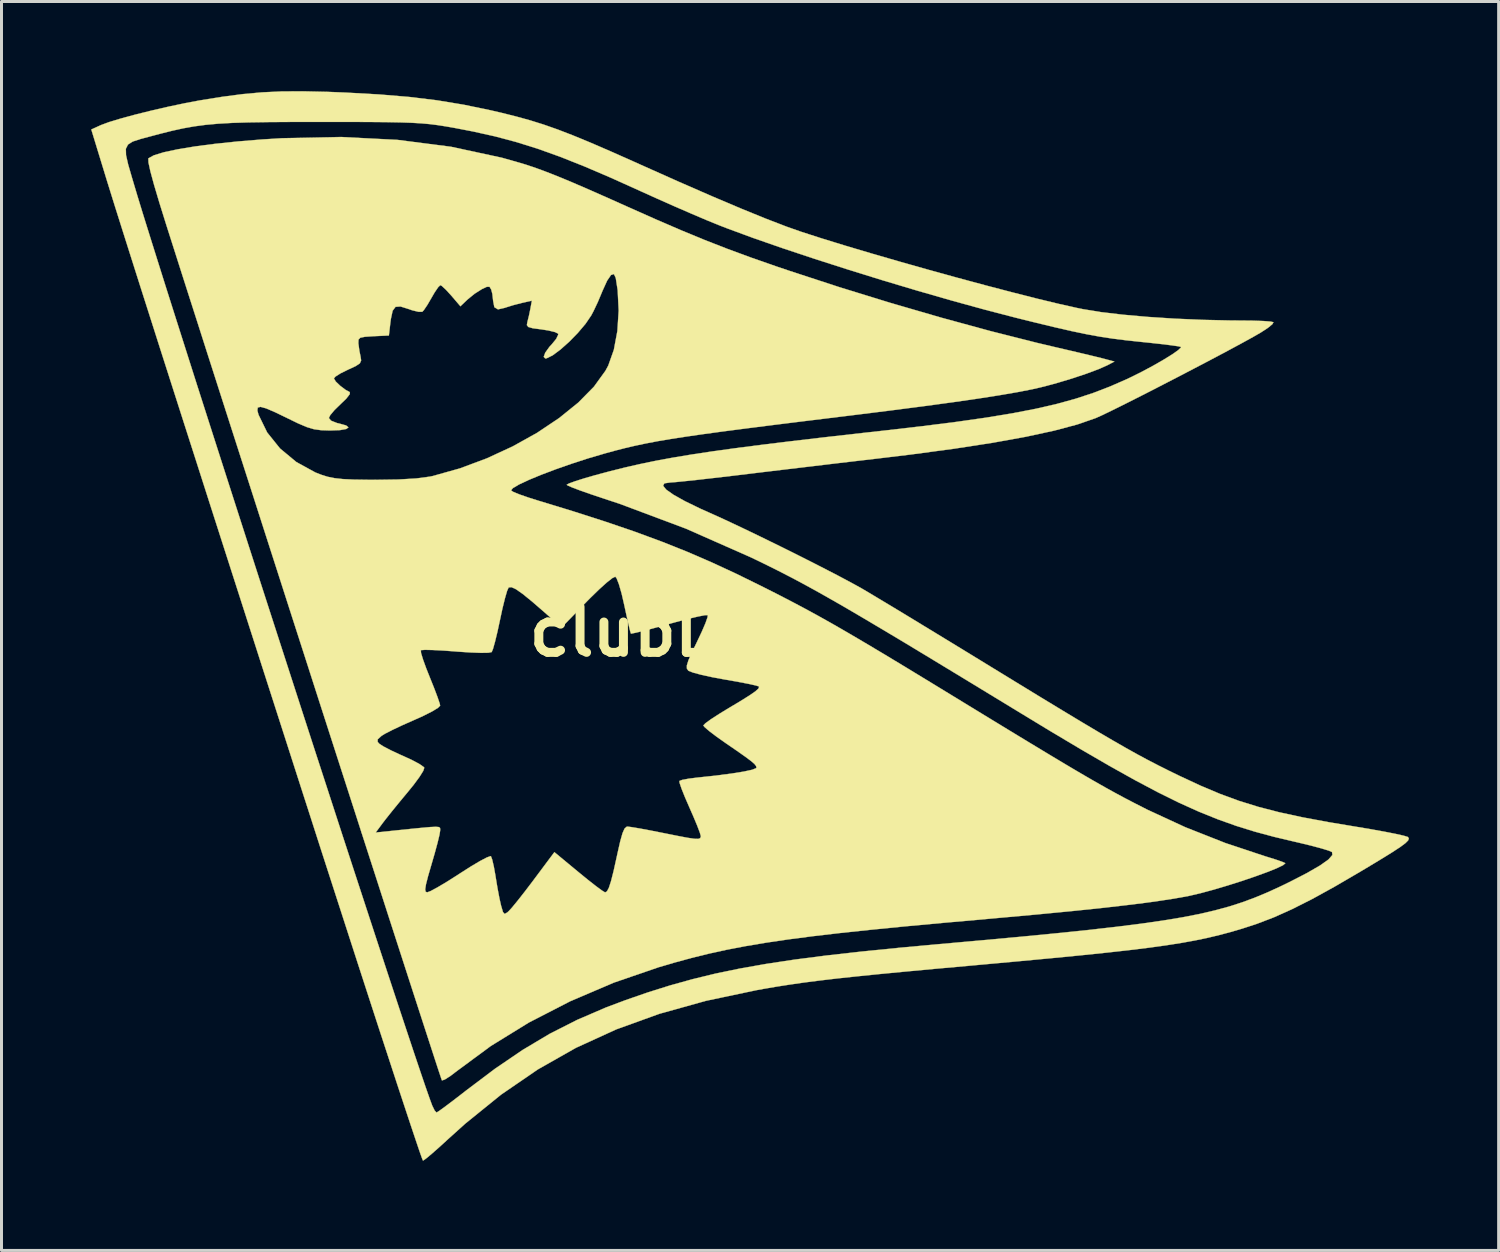
<source format=kicad_pcb>
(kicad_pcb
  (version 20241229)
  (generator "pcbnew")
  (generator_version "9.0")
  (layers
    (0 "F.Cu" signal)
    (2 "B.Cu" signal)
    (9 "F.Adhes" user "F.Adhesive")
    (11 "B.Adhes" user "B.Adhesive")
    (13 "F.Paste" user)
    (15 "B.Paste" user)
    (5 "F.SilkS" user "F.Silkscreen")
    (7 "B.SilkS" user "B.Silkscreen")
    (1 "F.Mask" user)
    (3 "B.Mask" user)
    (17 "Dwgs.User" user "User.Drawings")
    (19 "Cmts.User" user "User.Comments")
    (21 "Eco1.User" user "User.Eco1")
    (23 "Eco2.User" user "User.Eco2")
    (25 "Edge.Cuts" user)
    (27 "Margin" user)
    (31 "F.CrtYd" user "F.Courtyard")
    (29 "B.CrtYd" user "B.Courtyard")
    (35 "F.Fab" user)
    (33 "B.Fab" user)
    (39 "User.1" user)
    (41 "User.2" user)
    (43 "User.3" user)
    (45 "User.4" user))
  (footprint "clubLogo"
    (layer "F.Cu")
    (at 19.806 18.089)
    (property "Reference" "clubLogo" (at 0 0 0) (layer "F.SilkS") (effects (font (size 1.524 1.524) (thickness 0.3))))
    (attr through_hole)
    (fp_poly (pts (xy -11.908 -18.066) (xy -11.303 -18.042) (xy -10.168 -17.979) (xy -9.159 -17.895) (xy -8.23 -17.782) (xy -7.339 -17.635) (xy -6.441 -17.449) (xy -6.083 -17.366) (xy -5.584 -17.241) (xy -5.12 -17.113) (xy -4.666 -16.971) (xy -4.196 -16.806) (xy -3.683 -16.608) (xy -3.101 -16.368) (xy -2.426 -16.076) (xy -1.629 -15.722) (xy -1.421 -15.628) (xy -0.155 -15.063) (xy 0.962 -14.575) (xy 1.936 -14.162) (xy 2.768 -13.823) (xy 3.462 -13.556) (xy 3.945 -13.386) (xy 4.633 -13.164) (xy 5.428 -12.919) (xy 6.305 -12.658) (xy 7.238 -12.388) (xy 8.201 -12.115) (xy 9.168 -11.848) (xy 10.114 -11.593) (xy 11.013 -11.358) (xy 11.839 -11.148) (xy 12.565 -10.973) (xy 13.167 -10.838) (xy 13.377 -10.795) (xy 13.976 -10.697) (xy 14.71 -10.61) (xy 15.546 -10.536) (xy 16.45 -10.477) (xy 17.388 -10.437) (xy 18.326 -10.416) (xy 18.676 -10.414) (xy 19.076 -10.41) (xy 19.413 -10.398) (xy 19.651 -10.38) (xy 19.755 -10.358) (xy 19.755 -10.358) (xy 19.717 -10.29) (xy 19.565 -10.166) (xy 19.331 -10.013) (xy 19.329 -10.012) (xy 19.07 -9.863) (xy 18.694 -9.656) (xy 18.225 -9.403) (xy 17.686 -9.117) (xy 17.104 -8.812) (xy 16.501 -8.498) (xy 15.901 -8.188) (xy 15.33 -7.896) (xy 14.811 -7.634) (xy 14.368 -7.414) (xy 14.025 -7.248) (xy 13.807 -7.15) (xy 13.805 -7.149) (xy 13.196 -6.938) (xy 12.417 -6.73) (xy 11.47 -6.525) (xy 10.353 -6.323) (xy 9.068 -6.125) (xy 7.613 -5.93) (xy 6.519 -5.798) (xy 5.885 -5.724) (xy 5.134 -5.636) (xy 4.316 -5.538) (xy 3.481 -5.439) (xy 2.681 -5.343) (xy 2.219 -5.287) (xy 1.588 -5.211) (xy 1.002 -5.143) (xy 0.484 -5.084) (xy 0.059 -5.039) (xy -0.249 -5.008) (xy -0.417 -4.996) (xy -0.427 -4.995) (xy -0.625 -4.967) (xy -0.669 -4.886) (xy -0.565 -4.757) (xy -0.319 -4.583) (xy 0.064 -4.369) (xy 0.578 -4.119) (xy 0.889 -3.98) (xy 1.366 -3.764) (xy 1.944 -3.493) (xy 2.588 -3.183) (xy 3.266 -2.851) (xy 3.947 -2.512) (xy 4.597 -2.182) (xy 5.184 -1.879) (xy 5.674 -1.617) (xy 5.969 -1.454) (xy 6.18 -1.33) (xy 6.517 -1.128) (xy 6.964 -0.86) (xy 7.501 -0.535) (xy 8.111 -0.164) (xy 8.776 0.241) (xy 9.479 0.67) (xy 10.118 1.061) (xy 11.106 1.666) (xy 11.964 2.19) (xy 12.708 2.641) (xy 13.35 3.028) (xy 13.906 3.359) (xy 14.389 3.642) (xy 14.815 3.886) (xy 15.196 4.099) (xy 15.549 4.289) (xy 15.887 4.464) (xy 16.223 4.633) (xy 16.574 4.804) (xy 16.637 4.834) (xy 17.323 5.153) (xy 17.966 5.424) (xy 18.596 5.656) (xy 19.246 5.858) (xy 19.946 6.039) (xy 20.726 6.208) (xy 21.618 6.374) (xy 22.484 6.518) (xy 23.002 6.605) (xy 23.464 6.688) (xy 23.844 6.763) (xy 24.114 6.824) (xy 24.249 6.865) (xy 24.257 6.871) (xy 24.284 6.919) (xy 24.26 6.983) (xy 24.171 7.072) (xy 24.001 7.199) (xy 23.736 7.373) (xy 23.359 7.606) (xy 22.857 7.909) (xy 22.644 8.036) (xy 21.787 8.536) (xy 21.039 8.948) (xy 20.374 9.283) (xy 19.765 9.556) (xy 19.184 9.778) (xy 18.711 9.932) (xy 18.326 10.045) (xy 17.944 10.147) (xy 17.551 10.241) (xy 17.133 10.328) (xy 16.676 10.411) (xy 16.166 10.491) (xy 15.59 10.571) (xy 14.932 10.652) (xy 14.18 10.736) (xy 13.318 10.825) (xy 12.334 10.921) (xy 11.213 11.026) (xy 9.941 11.142) (xy 9.567 11.176) (xy 8.419 11.279) (xy 7.421 11.372) (xy 6.556 11.455) (xy 5.805 11.531) (xy 5.151 11.601) (xy 4.575 11.669) (xy 4.059 11.735) (xy 3.586 11.803) (xy 3.136 11.873) (xy 2.692 11.949) (xy 2.455 11.992) (xy 0.764 12.349) (xy -0.793 12.783) (xy -2.235 13.304) (xy -3.585 13.921) (xy -4.863 14.646) (xy -6.09 15.488) (xy -7.287 16.457) (xy -7.853 16.967) (xy -8.155 17.243) (xy -8.414 17.471) (xy -8.604 17.629) (xy -8.699 17.695) (xy -8.703 17.695) (xy -8.736 17.616) (xy -8.818 17.385) (xy -8.945 17.009) (xy -9.116 16.499) (xy -9.327 15.862) (xy -9.576 15.108) (xy -9.858 14.246) (xy -10.173 13.284) (xy -10.516 12.23) (xy -10.885 11.094) (xy -11.276 9.885) (xy -11.688 8.611) (xy -12.118 7.281) (xy -12.561 5.903) (xy -12.697 5.482) (xy -13.415 3.249) (xy -14.083 1.172) (xy -14.702 -0.756) (xy -15.275 -2.539) (xy -15.803 -4.183) (xy -16.287 -5.695) (xy -16.731 -7.079) (xy -17.135 -8.341) (xy -17.502 -9.487) (xy -17.832 -10.523) (xy -18.129 -11.453) (xy -18.393 -12.284) (xy -18.627 -13.022) (xy -18.832 -13.671) (xy -19.011 -14.238) (xy -19.164 -14.729) (xy -19.294 -15.147) (xy -19.387 -15.452) (xy -19.604 -16.161) (xy -18.645 -16.161) (xy -18.639 -15.947) (xy -18.568 -15.635) (xy -18.441 -15.197) (xy -18.385 -15.009) (xy -18.255 -14.573) (xy -18.079 -13.999) (xy -17.861 -13.3) (xy -17.605 -12.484) (xy -17.315 -11.563) (xy -16.992 -10.545) (xy -16.641 -9.443) (xy -16.266 -8.265) (xy -15.868 -7.023) (xy -15.452 -5.726) (xy -15.021 -4.385) (xy -14.579 -3.01) (xy -14.128 -1.611) (xy -13.671 -0.198) (xy -13.213 1.217) (xy -12.757 2.626) (xy -12.306 4.017) (xy -11.862 5.38) (xy -11.431 6.706) (xy -11.014 7.983) (xy -10.615 9.202) (xy -10.238 10.353) (xy -9.886 11.424) (xy -9.562 12.406) (xy -9.269 13.289) (xy -9.012 14.062) (xy -8.792 14.715) (xy -8.614 15.238) (xy -8.48 15.62) (xy -8.395 15.851) (xy -8.394 15.854) (xy -8.313 16.019) (xy -8.25 16.087) (xy -8.168 16.037) (xy -7.98 15.901) (xy -7.71 15.698) (xy -7.384 15.447) (xy -7.277 15.363) (xy -6.29 14.619) (xy -5.365 13.99) (xy -4.464 13.453) (xy -3.548 12.988) (xy -2.58 12.571) (xy -1.927 12.326) (xy -1.176 12.066) (xy -0.436 11.834) (xy 0.311 11.626) (xy 1.083 11.438) (xy 1.899 11.269) (xy 2.777 11.114) (xy 3.735 10.969) (xy 4.791 10.833) (xy 5.964 10.701) (xy 7.273 10.57) (xy 8.509 10.457) (xy 9.995 10.324) (xy 11.324 10.202) (xy 12.509 10.087) (xy 13.562 9.978) (xy 14.495 9.872) (xy 15.321 9.768) (xy 16.052 9.663) (xy 16.7 9.556) (xy 17.278 9.443) (xy 17.798 9.322) (xy 18.272 9.193) (xy 18.712 9.051) (xy 19.131 8.896) (xy 19.542 8.725) (xy 19.956 8.536) (xy 20.278 8.38) (xy 20.873 8.074) (xy 21.311 7.821) (xy 21.595 7.62) (xy 21.726 7.469) (xy 21.714 7.371) (xy 21.604 7.323) (xy 21.362 7.249) (xy 21.018 7.157) (xy 20.604 7.057) (xy 20.447 7.021) (xy 19.769 6.86) (xy 19.127 6.687) (xy 18.505 6.494) (xy 17.886 6.273) (xy 17.255 6.018) (xy 16.594 5.72) (xy 15.888 5.371) (xy 15.12 4.964) (xy 14.274 4.492) (xy 13.333 3.946) (xy 12.282 3.32) (xy 11.336 2.746) (xy 10.145 2.021) (xy 9.087 1.378) (xy 8.15 0.81) (xy 7.321 0.31) (xy 6.589 -0.127) (xy 5.943 -0.51) (xy 5.369 -0.846) (xy 4.857 -1.139) (xy 4.395 -1.399) (xy 3.97 -1.631) (xy 3.572 -1.842) (xy 3.187 -2.04) (xy 2.806 -2.23) (xy 2.415 -2.42) (xy 2.26 -2.494) (xy 0.094 -3.451) (xy -2.118 -4.28) (xy -2.646 -4.455) (xy -3.074 -4.598) (xy -3.439 -4.726) (xy -3.714 -4.83) (xy -3.869 -4.899) (xy -3.895 -4.919) (xy -3.818 -4.962) (xy -3.61 -5.038) (xy -3.302 -5.135) (xy -2.942 -5.239) (xy -2.44 -5.373) (xy -1.944 -5.497) (xy -1.439 -5.612) (xy -0.909 -5.722) (xy -0.339 -5.827) (xy 0.286 -5.931) (xy 0.981 -6.036) (xy 1.761 -6.144) (xy 2.641 -6.257) (xy 3.637 -6.379) (xy 4.764 -6.511) (xy 6.037 -6.655) (xy 6.731 -6.732) (xy 8.013 -6.88) (xy 9.144 -7.023) (xy 10.14 -7.165) (xy 11.019 -7.31) (xy 11.8 -7.461) (xy 12.499 -7.622) (xy 13.133 -7.797) (xy 13.721 -7.99) (xy 14.279 -8.204) (xy 14.826 -8.443) (xy 14.947 -8.5) (xy 15.335 -8.692) (xy 15.718 -8.897) (xy 16.069 -9.098) (xy 16.362 -9.279) (xy 16.567 -9.423) (xy 16.66 -9.514) (xy 16.659 -9.531) (xy 16.566 -9.553) (xy 16.333 -9.586) (xy 15.992 -9.628) (xy 15.572 -9.674) (xy 15.316 -9.7) (xy 14.823 -9.753) (xy 14.376 -9.809) (xy 13.944 -9.875) (xy 13.496 -9.957) (xy 13.002 -10.06) (xy 12.431 -10.191) (xy 11.751 -10.355) (xy 11.134 -10.508) (xy 10.118 -10.772) (xy 9.019 -11.074) (xy 7.867 -11.405) (xy 6.691 -11.756) (xy 5.521 -12.119) (xy 4.386 -12.483) (xy 3.316 -12.839) (xy 2.34 -13.179) (xy 1.488 -13.493) (xy 1.196 -13.606) (xy 0.799 -13.768) (xy 0.293 -13.983) (xy -0.276 -14.23) (xy -0.864 -14.491) (xy -1.397 -14.732) (xy -2.415 -15.191) (xy -3.314 -15.576) (xy -4.123 -15.897) (xy -4.871 -16.165) (xy -5.586 -16.388) (xy -6.297 -16.577) (xy -7.033 -16.741) (xy -7.662 -16.862) (xy -7.949 -16.912) (xy -8.212 -16.953) (xy -8.473 -16.986) (xy -8.752 -17.011) (xy -9.071 -17.03) (xy -9.451 -17.043) (xy -9.912 -17.052) (xy -10.477 -17.057) (xy -11.165 -17.06) (xy -11.997 -17.06) (xy -12.15 -17.06) (xy -13.082 -17.059) (xy -13.867 -17.054) (xy -14.527 -17.044) (xy -15.083 -17.027) (xy -15.559 -17) (xy -15.976 -16.962) (xy -16.357 -16.911) (xy -16.723 -16.846) (xy -17.096 -16.764) (xy -17.499 -16.663) (xy -17.796 -16.584) (xy -18.159 -16.487) (xy -18.415 -16.403) (xy -18.573 -16.303) (xy -18.645 -16.161) (xy -19.604 -16.161) (xy -19.801 -16.806) (xy -19.477 -16.954) (xy -19.216 -17.051) (xy -18.824 -17.17) (xy -18.336 -17.303) (xy -17.788 -17.439) (xy -17.215 -17.571) (xy -16.653 -17.689) (xy -16.169 -17.78) (xy -15.415 -17.901) (xy -14.736 -17.99) (xy -14.089 -18.049) (xy -13.43 -18.08) (xy -12.718 -18.084) (xy -11.908 -18.066)) (stroke (width 0.01) (type solid)) (fill yes) (layer "F.SilkS"))
    (fp_poly (pts (xy -9.558 -16.459) (xy -7.763 -16.228) (xy -6.065 -15.862) (xy -5.376 -15.666) (xy -5.034 -15.555) (xy -4.658 -15.42) (xy -4.228 -15.252) (xy -3.723 -15.043) (xy -3.122 -14.783) (xy -2.403 -14.465) (xy -1.861 -14.222) (xy -0.906 -13.797) (xy -0.06 -13.432) (xy 0.72 -13.11) (xy 1.478 -12.814) (xy 2.256 -12.527) (xy 3.097 -12.233) (xy 3.556 -12.078) (xy 5.226 -11.532) (xy 6.933 -11.006) (xy 8.633 -10.512) (xy 10.283 -10.062) (xy 11.841 -9.668) (xy 12.446 -9.525) (xy 12.924 -9.414) (xy 13.37 -9.309) (xy 13.746 -9.219) (xy 14.014 -9.153) (xy 14.095 -9.132) (xy 14.433 -9.042) (xy 14.189 -8.914) (xy 13.907 -8.789) (xy 13.505 -8.639) (xy 13.027 -8.479) (xy 12.516 -8.325) (xy 12.093 -8.21) (xy 11.699 -8.118) (xy 11.205 -8.021) (xy 10.602 -7.917) (xy 9.881 -7.804) (xy 9.031 -7.681) (xy 8.043 -7.547) (xy 6.908 -7.4) (xy 5.617 -7.239) (xy 5.274 -7.197) (xy 4.075 -7.05) (xy 3.028 -6.92) (xy 2.121 -6.805) (xy 1.337 -6.703) (xy 0.662 -6.611) (xy 0.081 -6.527) (xy -0.421 -6.449) (xy -0.859 -6.375) (xy -1.247 -6.301) (xy -1.601 -6.226) (xy -1.935 -6.148) (xy -2.264 -6.064) (xy -2.603 -5.971) (xy -2.625 -5.965) (xy -3.182 -5.801) (xy -3.739 -5.62) (xy -4.272 -5.433) (xy -4.757 -5.249) (xy -5.172 -5.077) (xy -5.493 -4.926) (xy -5.695 -4.806) (xy -5.757 -4.731) (xy -5.681 -4.68) (xy -5.476 -4.596) (xy -5.174 -4.491) (xy -4.889 -4.401) (xy -3.672 -4.029) (xy -2.592 -3.682) (xy -1.619 -3.35) (xy -0.724 -3.02) (xy 0.122 -2.683) (xy 0.946 -2.327) (xy 1.779 -1.941) (xy 2.582 -1.547) (xy 3.094 -1.289) (xy 3.571 -1.043) (xy 4.033 -0.799) (xy 4.498 -0.546) (xy 4.983 -0.274) (xy 5.509 0.029) (xy 6.092 0.372) (xy 6.752 0.765) (xy 7.506 1.221) (xy 8.374 1.749) (xy 9.013 2.139) (xy 10.01 2.748) (xy 10.878 3.277) (xy 11.629 3.733) (xy 12.277 4.124) (xy 12.836 4.459) (xy 13.32 4.745) (xy 13.744 4.991) (xy 14.119 5.204) (xy 14.462 5.394) (xy 14.784 5.567) (xy 15.101 5.732) (xy 15.426 5.897) (xy 15.543 5.957) (xy 16.805 6.54) (xy 18.148 7.07) (xy 19.483 7.514) (xy 19.537 7.53) (xy 19.83 7.621) (xy 20.047 7.697) (xy 20.148 7.742) (xy 20.151 7.747) (xy 20.074 7.812) (xy 19.862 7.914) (xy 19.542 8.042) (xy 19.144 8.187) (xy 18.694 8.34) (xy 18.221 8.49) (xy 17.753 8.629) (xy 17.317 8.747) (xy 16.942 8.835) (xy 16.933 8.837) (xy 16.426 8.929) (xy 15.791 9.026) (xy 15.022 9.126) (xy 14.112 9.231) (xy 13.054 9.342) (xy 11.842 9.459) (xy 10.469 9.583) (xy 10.16 9.611) (xy 8.715 9.739) (xy 7.424 9.858) (xy 6.272 9.972) (xy 5.245 10.081) (xy 4.327 10.188) (xy 3.503 10.296) (xy 2.759 10.406) (xy 2.079 10.521) (xy 1.449 10.642) (xy 0.853 10.773) (xy 0.278 10.915) (xy -0.293 11.071) (xy -0.821 11.226) (xy -2.32 11.741) (xy -3.774 12.362) (xy -5.156 13.073) (xy -6.433 13.86) (xy -7.55 14.684) (xy -7.787 14.864) (xy -7.971 14.981) (xy -8.066 15.013) (xy -8.07 15.009) (xy -8.101 14.921) (xy -8.181 14.681) (xy -8.306 14.299) (xy -8.473 13.785) (xy -8.68 13.149) (xy -8.923 12.4) (xy -9.199 11.548) (xy -9.505 10.602) (xy -9.838 9.573) (xy -10.194 8.469) (xy -10.571 7.302) (xy -10.76 6.717) (xy -10.286 6.717) (xy -9.694 6.656) (xy -9.144 6.599) (xy -8.739 6.559) (xy -8.459 6.534) (xy -8.279 6.526) (xy -8.179 6.533) (xy -8.136 6.557) (xy -8.126 6.597) (xy -8.129 6.652) (xy -8.129 6.656) (xy -8.152 6.798) (xy -8.216 7.062) (xy -8.31 7.41) (xy -8.414 7.768) (xy -8.533 8.178) (xy -8.603 8.453) (xy -8.629 8.618) (xy -8.614 8.698) (xy -8.563 8.719) (xy -8.561 8.719) (xy -8.443 8.674) (xy -8.215 8.551) (xy -7.908 8.368) (xy -7.551 8.142) (xy -7.458 8.081) (xy -7.102 7.854) (xy -6.796 7.672) (xy -6.567 7.552) (xy -6.442 7.507) (xy -6.429 7.511) (xy -6.387 7.622) (xy -6.333 7.854) (xy -6.278 8.16) (xy -6.27 8.213) (xy -6.21 8.576) (xy -6.145 8.92) (xy -6.088 9.172) (xy -6.087 9.173) (xy -6.027 9.377) (xy -5.971 9.442) (xy -5.883 9.392) (xy -5.834 9.348) (xy -5.722 9.225) (xy -5.534 8.996) (xy -5.296 8.693) (xy -5.031 8.345) (xy -4.987 8.286) (xy -4.306 7.374) (xy -3.493 8.047) (xy -3.178 8.304) (xy -2.907 8.516) (xy -2.709 8.661) (xy -2.611 8.72) (xy -2.608 8.721) (xy -2.547 8.686) (xy -2.484 8.569) (xy -2.412 8.348) (xy -2.325 8.005) (xy -2.217 7.518) (xy -2.198 7.429) (xy -2.104 7.014) (xy -2.027 6.741) (xy -1.959 6.586) (xy -1.889 6.524) (xy -1.86 6.519) (xy -1.725 6.536) (xy -1.462 6.58) (xy -1.107 6.646) (xy -0.699 6.727) (xy -0.677 6.731) (xy -0.193 6.828) (xy 0.149 6.893) (xy 0.375 6.926) (xy 0.508 6.93) (xy 0.572 6.907) (xy 0.592 6.859) (xy 0.593 6.834) (xy 0.559 6.716) (xy 0.47 6.481) (xy 0.338 6.166) (xy 0.216 5.888) (xy 0.066 5.543) (xy -0.049 5.256) (xy -0.116 5.06) (xy -0.125 4.993) (xy -0.029 4.956) (xy 0.189 4.915) (xy 0.482 4.878) (xy 0.484 4.878) (xy 1.101 4.812) (xy 1.622 4.744) (xy 2.031 4.678) (xy 2.312 4.617) (xy 2.446 4.563) (xy 2.455 4.547) (xy 2.442 4.493) (xy 2.389 4.424) (xy 2.275 4.325) (xy 2.079 4.179) (xy 1.782 3.97) (xy 1.418 3.72) (xy 1.114 3.505) (xy 0.87 3.32) (xy 0.716 3.187) (xy 0.677 3.135) (xy 0.746 3.063) (xy 0.931 2.928) (xy 1.204 2.751) (xy 1.46 2.594) (xy 1.907 2.327) (xy 2.222 2.13) (xy 2.422 1.991) (xy 2.523 1.899) (xy 2.543 1.842) (xy 2.534 1.829) (xy 2.437 1.798) (xy 2.206 1.746) (xy 1.873 1.682) (xy 1.471 1.61) (xy 1.392 1.597) (xy 0.971 1.519) (xy 0.606 1.439) (xy 0.331 1.365) (xy 0.182 1.306) (xy 0.173 1.299) (xy 0.127 1.231) (xy 0.126 1.127) (xy 0.178 0.958) (xy 0.293 0.696) (xy 0.464 0.341) (xy 0.626 -0.002) (xy 0.749 -0.288) (xy 0.818 -0.485) (xy 0.826 -0.557) (xy 0.73 -0.554) (xy 0.501 -0.51) (xy 0.168 -0.431) (xy -0.239 -0.325) (xy -0.472 -0.261) (xy -0.904 -0.141) (xy -1.275 -0.043) (xy -1.556 0.026) (xy -1.718 0.06) (xy -1.746 0.061) (xy -1.773 -0.029) (xy -1.827 -0.25) (xy -1.898 -0.567) (xy -1.967 -0.888) (xy -2.058 -1.283) (xy -2.148 -1.594) (xy -2.225 -1.79) (xy -2.268 -1.843) (xy -2.364 -1.798) (xy -2.551 -1.651) (xy -2.805 -1.422) (xy -3.104 -1.131) (xy -3.221 -1.012) (xy -4.064 -0.145) (xy -4.636 -0.65) (xy -5.055 -1.013) (xy -5.368 -1.267) (xy -5.592 -1.424) (xy -5.741 -1.492) (xy -5.83 -1.483) (xy -5.841 -1.474) (xy -5.89 -1.362) (xy -5.96 -1.12) (xy -6.043 -0.783) (xy -6.127 -0.392) (xy -6.212 0.002) (xy -6.293 0.336) (xy -6.36 0.574) (xy -6.404 0.68) (xy -6.513 0.702) (xy -6.76 0.706) (xy -7.114 0.693) (xy -7.543 0.665) (xy -7.6 0.66) (xy -8.019 0.629) (xy -8.375 0.611) (xy -8.635 0.605) (xy -8.767 0.615) (xy -8.775 0.619) (xy -8.767 0.714) (xy -8.701 0.93) (xy -8.591 1.233) (xy -8.478 1.516) (xy -8.335 1.872) (xy -8.22 2.176) (xy -8.147 2.391) (xy -8.128 2.471) (xy -8.202 2.547) (xy -8.402 2.668) (xy -8.695 2.816) (xy -9.011 2.958) (xy -9.387 3.124) (xy -9.722 3.282) (xy -9.975 3.412) (xy -10.09 3.483) (xy -10.219 3.6) (xy -10.219 3.686) (xy -10.16 3.751) (xy -10.026 3.837) (xy -9.781 3.965) (xy -9.471 4.11) (xy -9.367 4.155) (xy -9.059 4.298) (xy -8.815 4.429) (xy -8.676 4.527) (xy -8.659 4.55) (xy -8.694 4.655) (xy -8.819 4.855) (xy -9.015 5.121) (xy -9.205 5.355) (xy -9.478 5.684) (xy -9.739 6.004) (xy -9.95 6.269) (xy -10.039 6.385) (xy -10.286 6.717) (xy -10.76 6.717) (xy -10.965 6.079) (xy -11.374 4.812) (xy -11.794 3.51) (xy -12.222 2.182) (xy -12.654 0.838) (xy -13.089 -0.512) (xy -13.522 -1.859) (xy -13.951 -3.192) (xy -14.372 -4.503) (xy -14.783 -5.781) (xy -15.18 -7.016) (xy -15.305 -7.405) (xy -14.245 -7.405) (xy -14.205 -7.26) (xy -13.916 -6.668) (xy -13.487 -6.134) (xy -12.941 -5.68) (xy -12.305 -5.331) (xy -12.102 -5.252) (xy -11.892 -5.186) (xy -11.663 -5.14) (xy -11.383 -5.109) (xy -11.015 -5.092) (xy -10.527 -5.085) (xy -10.287 -5.084) (xy -9.526 -5.095) (xy -8.924 -5.131) (xy -8.473 -5.191) (xy -8.382 -5.21) (xy -7.469 -5.466) (xy -6.568 -5.802) (xy -5.7 -6.203) (xy -4.885 -6.657) (xy -4.147 -7.151) (xy -3.505 -7.67) (xy -2.982 -8.201) (xy -2.598 -8.732) (xy -2.504 -8.906) (xy -2.317 -9.432) (xy -2.199 -10.062) (xy -2.155 -10.745) (xy -2.189 -11.429) (xy -2.253 -11.84) (xy -2.315 -11.969) (xy -2.412 -11.937) (xy -2.54 -11.75) (xy -2.695 -11.41) (xy -2.714 -11.363) (xy -2.849 -11.042) (xy -2.993 -10.736) (xy -3.074 -10.583) (xy -3.265 -10.303) (xy -3.521 -10) (xy -3.81 -9.704) (xy -4.102 -9.444) (xy -4.364 -9.249) (xy -4.564 -9.151) (xy -4.61 -9.144) (xy -4.663 -9.198) (xy -4.612 -9.339) (xy -4.472 -9.534) (xy -4.393 -9.619) (xy -4.245 -9.8) (xy -4.178 -9.94) (xy -4.181 -9.975) (xy -4.287 -10.028) (xy -4.51 -10.082) (xy -4.749 -10.119) (xy -5.031 -10.156) (xy -5.179 -10.198) (xy -5.227 -10.262) (xy -5.211 -10.36) (xy -5.157 -10.577) (xy -5.109 -10.809) (xy -5.06 -11.078) (xy -5.398 -11.002) (xy -5.681 -10.929) (xy -5.935 -10.85) (xy -5.965 -10.839) (xy -6.193 -10.787) (xy -6.315 -10.86) (xy -6.356 -11.072) (xy -6.356 -11.075) (xy -6.382 -11.306) (xy -6.42 -11.45) (xy -6.474 -11.542) (xy -6.565 -11.543) (xy -6.732 -11.465) (xy -6.974 -11.312) (xy -7.21 -11.12) (xy -7.218 -11.113) (xy -7.45 -10.891) (xy -7.753 -11.245) (xy -7.932 -11.441) (xy -8.07 -11.569) (xy -8.121 -11.599) (xy -8.193 -11.531) (xy -8.313 -11.355) (xy -8.415 -11.179) (xy -8.555 -10.938) (xy -8.673 -10.764) (xy -8.727 -10.707) (xy -8.848 -10.705) (xy -9.064 -10.757) (xy -9.192 -10.802) (xy -9.455 -10.884) (xy -9.621 -10.872) (xy -9.718 -10.742) (xy -9.776 -10.473) (xy -9.793 -10.348) (xy -9.844 -9.913) (xy -10.362 -9.889) (xy -10.646 -9.87) (xy -10.8 -9.839) (xy -10.86 -9.776) (xy -10.865 -9.664) (xy -10.865 -9.652) (xy -10.831 -9.4) (xy -10.792 -9.211) (xy -10.772 -9.079) (xy -10.814 -8.983) (xy -10.951 -8.891) (xy -11.209 -8.771) (xy -11.459 -8.648) (xy -11.631 -8.539) (xy -11.684 -8.477) (xy -11.621 -8.373) (xy -11.471 -8.229) (xy -11.29 -8.093) (xy -11.151 -8.018) (xy -11.154 -7.949) (xy -11.267 -7.803) (xy -11.451 -7.625) (xy -11.661 -7.421) (xy -11.806 -7.248) (xy -11.853 -7.152) (xy -11.777 -7.062) (xy -11.578 -6.984) (xy -11.51 -6.969) (xy -11.274 -6.903) (xy -11.197 -6.839) (xy -11.269 -6.785) (xy -11.48 -6.747) (xy -11.817 -6.735) (xy -12.108 -6.744) (xy -12.348 -6.777) (xy -12.59 -6.849) (xy -12.884 -6.974) (xy -13.219 -7.137) (xy -13.651 -7.346) (xy -13.952 -7.475) (xy -14.139 -7.526) (xy -14.231 -7.502) (xy -14.245 -7.405) (xy -15.305 -7.405) (xy -15.56 -8.2) (xy -15.92 -9.322) (xy -16.256 -10.373) (xy -16.567 -11.343) (xy -16.848 -12.222) (xy -17.096 -13) (xy -17.279 -13.573) (xy -17.519 -14.342) (xy -17.701 -14.954) (xy -17.824 -15.406) (xy -17.888 -15.7) (xy -17.893 -15.836) (xy -17.889 -15.842) (xy -17.709 -15.942) (xy -17.377 -16.044) (xy -16.913 -16.143) (xy -16.334 -16.239) (xy -15.658 -16.327) (xy -14.903 -16.406) (xy -14.088 -16.473) (xy -13.423 -16.514) (xy -11.446 -16.555) (xy -9.558 -16.459)) (stroke (width 0.01) (type solid)) (fill yes) (layer "F.SilkS")))
  (gr_rect
    (start -3 -3)
    (end 47.095 38.79)
    (stroke (width 0.1) (type default))
    (fill no)
    (layer "Edge.Cuts")))
</source>
